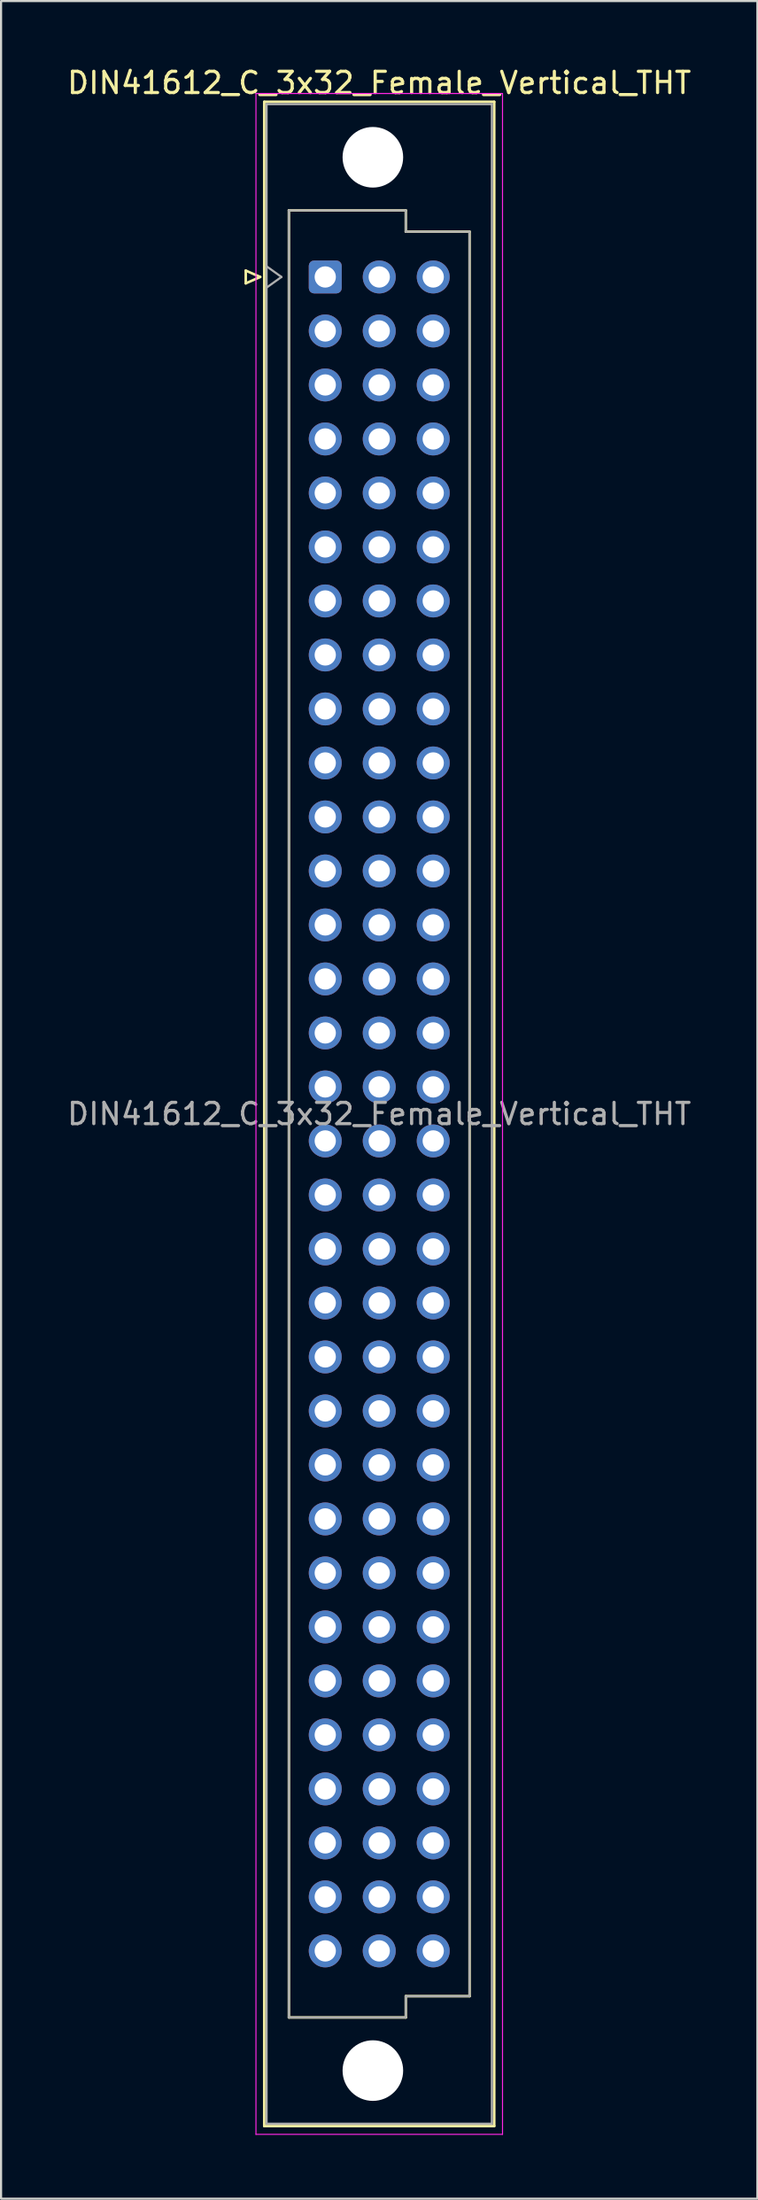
<source format=kicad_pcb>
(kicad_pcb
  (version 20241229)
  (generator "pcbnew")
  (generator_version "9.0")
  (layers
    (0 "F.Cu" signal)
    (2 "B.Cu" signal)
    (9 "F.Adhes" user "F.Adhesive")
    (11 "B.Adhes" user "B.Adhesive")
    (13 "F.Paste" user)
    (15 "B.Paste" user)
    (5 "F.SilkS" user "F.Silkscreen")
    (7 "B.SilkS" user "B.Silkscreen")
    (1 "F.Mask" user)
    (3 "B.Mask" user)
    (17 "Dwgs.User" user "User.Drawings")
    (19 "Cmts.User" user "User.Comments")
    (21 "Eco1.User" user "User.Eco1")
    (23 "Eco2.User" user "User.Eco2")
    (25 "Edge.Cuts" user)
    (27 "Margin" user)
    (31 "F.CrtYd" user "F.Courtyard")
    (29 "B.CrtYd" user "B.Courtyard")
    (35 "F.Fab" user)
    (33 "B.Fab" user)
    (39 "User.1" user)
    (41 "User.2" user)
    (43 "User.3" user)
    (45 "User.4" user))
  (footprint "DIN41612_C_3x32_Female_Vertical_THT"
    (layer "F.Cu")
    (at 12.252 9.978)
    (property "Reference" "DIN41612_C_3x32_Female_Vertical_THT" (at 2.54 -9.13 0) (layer "F.SilkS") (effects (font (size 1 1) (thickness 0.15))))
    (attr through_hole)
    (fp_line (start -3.74 -0.3) (end -3.74 0.3) (stroke (width 0.12) (type solid)) (layer "F.SilkS"))
    (fp_line (start -3.74 0.3) (end -3.06 0) (stroke (width 0.12) (type solid)) (layer "F.SilkS"))
    (fp_line (start -3.06 0) (end -3.74 -0.3) (stroke (width 0.12) (type solid)) (layer "F.SilkS"))
    (fp_line (start -2.87 -8.24) (end 7.95 -8.24) (stroke (width 0.12) (type solid)) (layer "F.SilkS"))
    (fp_line (start -2.87 86.98) (end -2.87 -8.24) (stroke (width 0.12) (type solid)) (layer "F.SilkS"))
    (fp_line (start -1.71 -3.131) (end 3.79 -3.131) (stroke (width 0.12) (type solid)) (layer "F.SilkS"))
    (fp_line (start -1.71 81.87) (end -1.71 -3.131) (stroke (width 0.12) (type solid)) (layer "F.SilkS"))
    (fp_line (start 3.79 -3.131) (end 3.79 -2.131) (stroke (width 0.12) (type solid)) (layer "F.SilkS"))
    (fp_line (start 3.79 -2.131) (end 6.79 -2.131) (stroke (width 0.12) (type solid)) (layer "F.SilkS"))
    (fp_line (start 3.79 80.87) (end 3.79 81.87) (stroke (width 0.12) (type solid)) (layer "F.SilkS"))
    (fp_line (start 3.79 81.87) (end -1.71 81.87) (stroke (width 0.12) (type solid)) (layer "F.SilkS"))
    (fp_line (start 6.79 -2.131) (end 6.79 80.87) (stroke (width 0.12) (type solid)) (layer "F.SilkS"))
    (fp_line (start 6.79 80.87) (end 3.79 80.87) (stroke (width 0.12) (type solid)) (layer "F.SilkS"))
    (fp_line (start 7.95 -8.24) (end 7.95 86.98) (stroke (width 0.12) (type solid)) (layer "F.SilkS"))
    (fp_line (start 7.95 86.98) (end -2.87 86.98) (stroke (width 0.12) (type solid)) (layer "F.SilkS"))
    (fp_line (start -3.26 -8.63) (end 8.34 -8.63) (stroke (width 0.05) (type solid)) (layer "F.CrtYd"))
    (fp_line (start -3.26 87.37) (end -3.26 -8.63) (stroke (width 0.05) (type solid)) (layer "F.CrtYd"))
    (fp_line (start 8.34 -8.63) (end 8.34 87.37) (stroke (width 0.05) (type solid)) (layer "F.CrtYd"))
    (fp_line (start 8.34 87.37) (end -3.26 87.37) (stroke (width 0.05) (type solid)) (layer "F.CrtYd"))
    (fp_line (start -2.76 -8.13) (end 7.84 -8.13) (stroke (width 0.1) (type solid)) (layer "F.Fab"))
    (fp_line (start -2.76 -0.5) (end -2.06 0) (stroke (width 0.1) (type solid)) (layer "F.Fab"))
    (fp_line (start -2.76 86.87) (end -2.76 -8.13) (stroke (width 0.1) (type solid)) (layer "F.Fab"))
    (fp_line (start -2.06 0) (end -2.76 0.5) (stroke (width 0.1) (type solid)) (layer "F.Fab"))
    (fp_line (start -1.71 -3.13) (end 3.79 -3.13) (stroke (width 0.1) (type solid)) (layer "F.Fab"))
    (fp_line (start -1.71 81.87) (end -1.71 -3.13) (stroke (width 0.1) (type solid)) (layer "F.Fab"))
    (fp_line (start 3.79 -3.13) (end 3.79 -2.13) (stroke (width 0.1) (type solid)) (layer "F.Fab"))
    (fp_line (start 3.79 -2.13) (end 6.79 -2.13) (stroke (width 0.1) (type solid)) (layer "F.Fab"))
    (fp_line (start 3.79 80.87) (end 3.79 81.87) (stroke (width 0.1) (type solid)) (layer "F.Fab"))
    (fp_line (start 3.79 81.87) (end -1.71 81.87) (stroke (width 0.1) (type solid)) (layer "F.Fab"))
    (fp_line (start 6.79 -2.13) (end 6.79 80.87) (stroke (width 0.1) (type solid)) (layer "F.Fab"))
    (fp_line (start 6.79 80.87) (end 3.79 80.87) (stroke (width 0.1) (type solid)) (layer "F.Fab"))
    (fp_line (start 7.84 -8.13) (end 7.84 86.87) (stroke (width 0.1) (type solid)) (layer "F.Fab"))
    (fp_line (start 7.84 86.87) (end -2.76 86.87) (stroke (width 0.1) (type solid)) (layer "F.Fab"))
    (fp_text user "${REFERENCE}" (at 2.54 39.37 0) (layer "F.Fab") (effects (font (size 1 1) (thickness 0.15))))
    (pad "" np_thru_hole circle (at 2.24 -5.63) (size 2.85 2.85) (drill 2.85) (layers "*.Cu" "*.Mask"))
    (pad "" np_thru_hole circle (at 2.24 84.37) (size 2.85 2.85) (drill 2.85) (layers "*.Cu" "*.Mask"))
    (pad "a1" thru_hole roundrect (at 0 0) (size 1.55 1.55) (drill 1) (layers "*.Cu" "*.Mask") (roundrect_rratio 0.161))
    (pad "a2" thru_hole circle (at 0 2.54) (size 1.55 1.55) (drill 1) (layers "*.Cu" "*.Mask"))
    (pad "a3" thru_hole circle (at 0 5.08) (size 1.55 1.55) (drill 1) (layers "*.Cu" "*.Mask"))
    (pad "a4" thru_hole circle (at 0 7.62) (size 1.55 1.55) (drill 1) (layers "*.Cu" "*.Mask"))
    (pad "a5" thru_hole circle (at 0 10.16) (size 1.55 1.55) (drill 1) (layers "*.Cu" "*.Mask"))
    (pad "a6" thru_hole circle (at 0 12.7) (size 1.55 1.55) (drill 1) (layers "*.Cu" "*.Mask"))
    (pad "a7" thru_hole circle (at 0 15.24) (size 1.55 1.55) (drill 1) (layers "*.Cu" "*.Mask"))
    (pad "a8" thru_hole circle (at 0 17.78) (size 1.55 1.55) (drill 1) (layers "*.Cu" "*.Mask"))
    (pad "a9" thru_hole circle (at 0 20.32) (size 1.55 1.55) (drill 1) (layers "*.Cu" "*.Mask"))
    (pad "a10" thru_hole circle (at 0 22.86) (size 1.55 1.55) (drill 1) (layers "*.Cu" "*.Mask"))
    (pad "a11" thru_hole circle (at 0 25.4) (size 1.55 1.55) (drill 1) (layers "*.Cu" "*.Mask"))
    (pad "a12" thru_hole circle (at 0 27.94) (size 1.55 1.55) (drill 1) (layers "*.Cu" "*.Mask"))
    (pad "a13" thru_hole circle (at 0 30.48) (size 1.55 1.55) (drill 1) (layers "*.Cu" "*.Mask"))
    (pad "a14" thru_hole circle (at 0 33.02) (size 1.55 1.55) (drill 1) (layers "*.Cu" "*.Mask"))
    (pad "a15" thru_hole circle (at 0 35.56) (size 1.55 1.55) (drill 1) (layers "*.Cu" "*.Mask"))
    (pad "a16" thru_hole circle (at 0 38.1) (size 1.55 1.55) (drill 1) (layers "*.Cu" "*.Mask"))
    (pad "a17" thru_hole circle (at 0 40.64) (size 1.55 1.55) (drill 1) (layers "*.Cu" "*.Mask"))
    (pad "a18" thru_hole circle (at 0 43.18) (size 1.55 1.55) (drill 1) (layers "*.Cu" "*.Mask"))
    (pad "a19" thru_hole circle (at 0 45.72) (size 1.55 1.55) (drill 1) (layers "*.Cu" "*.Mask"))
    (pad "a20" thru_hole circle (at 0 48.26) (size 1.55 1.55) (drill 1) (layers "*.Cu" "*.Mask"))
    (pad "a21" thru_hole circle (at 0 50.8) (size 1.55 1.55) (drill 1) (layers "*.Cu" "*.Mask"))
    (pad "a22" thru_hole circle (at 0 53.34) (size 1.55 1.55) (drill 1) (layers "*.Cu" "*.Mask"))
    (pad "a23" thru_hole circle (at 0 55.88) (size 1.55 1.55) (drill 1) (layers "*.Cu" "*.Mask"))
    (pad "a24" thru_hole circle (at 0 58.42) (size 1.55 1.55) (drill 1) (layers "*.Cu" "*.Mask"))
    (pad "a25" thru_hole circle (at 0 60.96) (size 1.55 1.55) (drill 1) (layers "*.Cu" "*.Mask"))
    (pad "a26" thru_hole circle (at 0 63.5) (size 1.55 1.55) (drill 1) (layers "*.Cu" "*.Mask"))
    (pad "a27" thru_hole circle (at 0 66.04) (size 1.55 1.55) (drill 1) (layers "*.Cu" "*.Mask"))
    (pad "a28" thru_hole circle (at 0 68.58) (size 1.55 1.55) (drill 1) (layers "*.Cu" "*.Mask"))
    (pad "a29" thru_hole circle (at 0 71.12) (size 1.55 1.55) (drill 1) (layers "*.Cu" "*.Mask"))
    (pad "a30" thru_hole circle (at 0 73.66) (size 1.55 1.55) (drill 1) (layers "*.Cu" "*.Mask"))
    (pad "a31" thru_hole circle (at 0 76.2) (size 1.55 1.55) (drill 1) (layers "*.Cu" "*.Mask"))
    (pad "a32" thru_hole circle (at 0 78.74) (size 1.55 1.55) (drill 1) (layers "*.Cu" "*.Mask"))
    (pad "b1" thru_hole circle (at 2.54 0) (size 1.55 1.55) (drill 1) (layers "*.Cu" "*.Mask"))
    (pad "b2" thru_hole circle (at 2.54 2.54) (size 1.55 1.55) (drill 1) (layers "*.Cu" "*.Mask"))
    (pad "b3" thru_hole circle (at 2.54 5.08) (size 1.55 1.55) (drill 1) (layers "*.Cu" "*.Mask"))
    (pad "b4" thru_hole circle (at 2.54 7.62) (size 1.55 1.55) (drill 1) (layers "*.Cu" "*.Mask"))
    (pad "b5" thru_hole circle (at 2.54 10.16) (size 1.55 1.55) (drill 1) (layers "*.Cu" "*.Mask"))
    (pad "b6" thru_hole circle (at 2.54 12.7) (size 1.55 1.55) (drill 1) (layers "*.Cu" "*.Mask"))
    (pad "b7" thru_hole circle (at 2.54 15.24) (size 1.55 1.55) (drill 1) (layers "*.Cu" "*.Mask"))
    (pad "b8" thru_hole circle (at 2.54 17.78) (size 1.55 1.55) (drill 1) (layers "*.Cu" "*.Mask"))
    (pad "b9" thru_hole circle (at 2.54 20.32) (size 1.55 1.55) (drill 1) (layers "*.Cu" "*.Mask"))
    (pad "b10" thru_hole circle (at 2.54 22.86) (size 1.55 1.55) (drill 1) (layers "*.Cu" "*.Mask"))
    (pad "b11" thru_hole circle (at 2.54 25.4) (size 1.55 1.55) (drill 1) (layers "*.Cu" "*.Mask"))
    (pad "b12" thru_hole circle (at 2.54 27.94) (size 1.55 1.55) (drill 1) (layers "*.Cu" "*.Mask"))
    (pad "b13" thru_hole circle (at 2.54 30.48) (size 1.55 1.55) (drill 1) (layers "*.Cu" "*.Mask"))
    (pad "b14" thru_hole circle (at 2.54 33.02) (size 1.55 1.55) (drill 1) (layers "*.Cu" "*.Mask"))
    (pad "b15" thru_hole circle (at 2.54 35.56) (size 1.55 1.55) (drill 1) (layers "*.Cu" "*.Mask"))
    (pad "b16" thru_hole circle (at 2.54 38.1) (size 1.55 1.55) (drill 1) (layers "*.Cu" "*.Mask"))
    (pad "b17" thru_hole circle (at 2.54 40.64) (size 1.55 1.55) (drill 1) (layers "*.Cu" "*.Mask"))
    (pad "b18" thru_hole circle (at 2.54 43.18) (size 1.55 1.55) (drill 1) (layers "*.Cu" "*.Mask"))
    (pad "b19" thru_hole circle (at 2.54 45.72) (size 1.55 1.55) (drill 1) (layers "*.Cu" "*.Mask"))
    (pad "b20" thru_hole circle (at 2.54 48.26) (size 1.55 1.55) (drill 1) (layers "*.Cu" "*.Mask"))
    (pad "b21" thru_hole circle (at 2.54 50.8) (size 1.55 1.55) (drill 1) (layers "*.Cu" "*.Mask"))
    (pad "b22" thru_hole circle (at 2.54 53.34) (size 1.55 1.55) (drill 1) (layers "*.Cu" "*.Mask"))
    (pad "b23" thru_hole circle (at 2.54 55.88) (size 1.55 1.55) (drill 1) (layers "*.Cu" "*.Mask"))
    (pad "b24" thru_hole circle (at 2.54 58.42) (size 1.55 1.55) (drill 1) (layers "*.Cu" "*.Mask"))
    (pad "b25" thru_hole circle (at 2.54 60.96) (size 1.55 1.55) (drill 1) (layers "*.Cu" "*.Mask"))
    (pad "b26" thru_hole circle (at 2.54 63.5) (size 1.55 1.55) (drill 1) (layers "*.Cu" "*.Mask"))
    (pad "b27" thru_hole circle (at 2.54 66.04) (size 1.55 1.55) (drill 1) (layers "*.Cu" "*.Mask"))
    (pad "b28" thru_hole circle (at 2.54 68.58) (size 1.55 1.55) (drill 1) (layers "*.Cu" "*.Mask"))
    (pad "b29" thru_hole circle (at 2.54 71.12) (size 1.55 1.55) (drill 1) (layers "*.Cu" "*.Mask"))
    (pad "b30" thru_hole circle (at 2.54 73.66) (size 1.55 1.55) (drill 1) (layers "*.Cu" "*.Mask"))
    (pad "b31" thru_hole circle (at 2.54 76.2) (size 1.55 1.55) (drill 1) (layers "*.Cu" "*.Mask"))
    (pad "b32" thru_hole circle (at 2.54 78.74) (size 1.55 1.55) (drill 1) (layers "*.Cu" "*.Mask"))
    (pad "c1" thru_hole circle (at 5.08 0) (size 1.55 1.55) (drill 1) (layers "*.Cu" "*.Mask"))
    (pad "c2" thru_hole circle (at 5.08 2.54) (size 1.55 1.55) (drill 1) (layers "*.Cu" "*.Mask"))
    (pad "c3" thru_hole circle (at 5.08 5.08) (size 1.55 1.55) (drill 1) (layers "*.Cu" "*.Mask"))
    (pad "c4" thru_hole circle (at 5.08 7.62) (size 1.55 1.55) (drill 1) (layers "*.Cu" "*.Mask"))
    (pad "c5" thru_hole circle (at 5.08 10.16) (size 1.55 1.55) (drill 1) (layers "*.Cu" "*.Mask"))
    (pad "c6" thru_hole circle (at 5.08 12.7) (size 1.55 1.55) (drill 1) (layers "*.Cu" "*.Mask"))
    (pad "c7" thru_hole circle (at 5.08 15.24) (size 1.55 1.55) (drill 1) (layers "*.Cu" "*.Mask"))
    (pad "c8" thru_hole circle (at 5.08 17.78) (size 1.55 1.55) (drill 1) (layers "*.Cu" "*.Mask"))
    (pad "c9" thru_hole circle (at 5.08 20.32) (size 1.55 1.55) (drill 1) (layers "*.Cu" "*.Mask"))
    (pad "c10" thru_hole circle (at 5.08 22.86) (size 1.55 1.55) (drill 1) (layers "*.Cu" "*.Mask"))
    (pad "c11" thru_hole circle (at 5.08 25.4) (size 1.55 1.55) (drill 1) (layers "*.Cu" "*.Mask"))
    (pad "c12" thru_hole circle (at 5.08 27.94) (size 1.55 1.55) (drill 1) (layers "*.Cu" "*.Mask"))
    (pad "c13" thru_hole circle (at 5.08 30.48) (size 1.55 1.55) (drill 1) (layers "*.Cu" "*.Mask"))
    (pad "c14" thru_hole circle (at 5.08 33.02) (size 1.55 1.55) (drill 1) (layers "*.Cu" "*.Mask"))
    (pad "c15" thru_hole circle (at 5.08 35.56) (size 1.55 1.55) (drill 1) (layers "*.Cu" "*.Mask"))
    (pad "c16" thru_hole circle (at 5.08 38.1) (size 1.55 1.55) (drill 1) (layers "*.Cu" "*.Mask"))
    (pad "c17" thru_hole circle (at 5.08 40.64) (size 1.55 1.55) (drill 1) (layers "*.Cu" "*.Mask"))
    (pad "c18" thru_hole circle (at 5.08 43.18) (size 1.55 1.55) (drill 1) (layers "*.Cu" "*.Mask"))
    (pad "c19" thru_hole circle (at 5.08 45.72) (size 1.55 1.55) (drill 1) (layers "*.Cu" "*.Mask"))
    (pad "c20" thru_hole circle (at 5.08 48.26) (size 1.55 1.55) (drill 1) (layers "*.Cu" "*.Mask"))
    (pad "c21" thru_hole circle (at 5.08 50.8) (size 1.55 1.55) (drill 1) (layers "*.Cu" "*.Mask"))
    (pad "c22" thru_hole circle (at 5.08 53.34) (size 1.55 1.55) (drill 1) (layers "*.Cu" "*.Mask"))
    (pad "c23" thru_hole circle (at 5.08 55.88) (size 1.55 1.55) (drill 1) (layers "*.Cu" "*.Mask"))
    (pad "c24" thru_hole circle (at 5.08 58.42) (size 1.55 1.55) (drill 1) (layers "*.Cu" "*.Mask"))
    (pad "c25" thru_hole circle (at 5.08 60.96) (size 1.55 1.55) (drill 1) (layers "*.Cu" "*.Mask"))
    (pad "c26" thru_hole circle (at 5.08 63.5) (size 1.55 1.55) (drill 1) (layers "*.Cu" "*.Mask"))
    (pad "c27" thru_hole circle (at 5.08 66.04) (size 1.55 1.55) (drill 1) (layers "*.Cu" "*.Mask"))
    (pad "c28" thru_hole circle (at 5.08 68.58) (size 1.55 1.55) (drill 1) (layers "*.Cu" "*.Mask"))
    (pad "c29" thru_hole circle (at 5.08 71.12) (size 1.55 1.55) (drill 1) (layers "*.Cu" "*.Mask"))
    (pad "c30" thru_hole circle (at 5.08 73.66) (size 1.55 1.55) (drill 1) (layers "*.Cu" "*.Mask"))
    (pad "c31" thru_hole circle (at 5.08 76.2) (size 1.55 1.55) (drill 1) (layers "*.Cu" "*.Mask"))
    (pad "c32" thru_hole circle (at 5.08 78.74) (size 1.55 1.55) (drill 1) (layers "*.Cu" "*.Mask")))
  (gr_rect
    (start -3 -3)
    (end 32.583 100.373)
    (stroke (width 0.1) (type default))
    (fill no)
    (layer "Edge.Cuts")))
</source>
